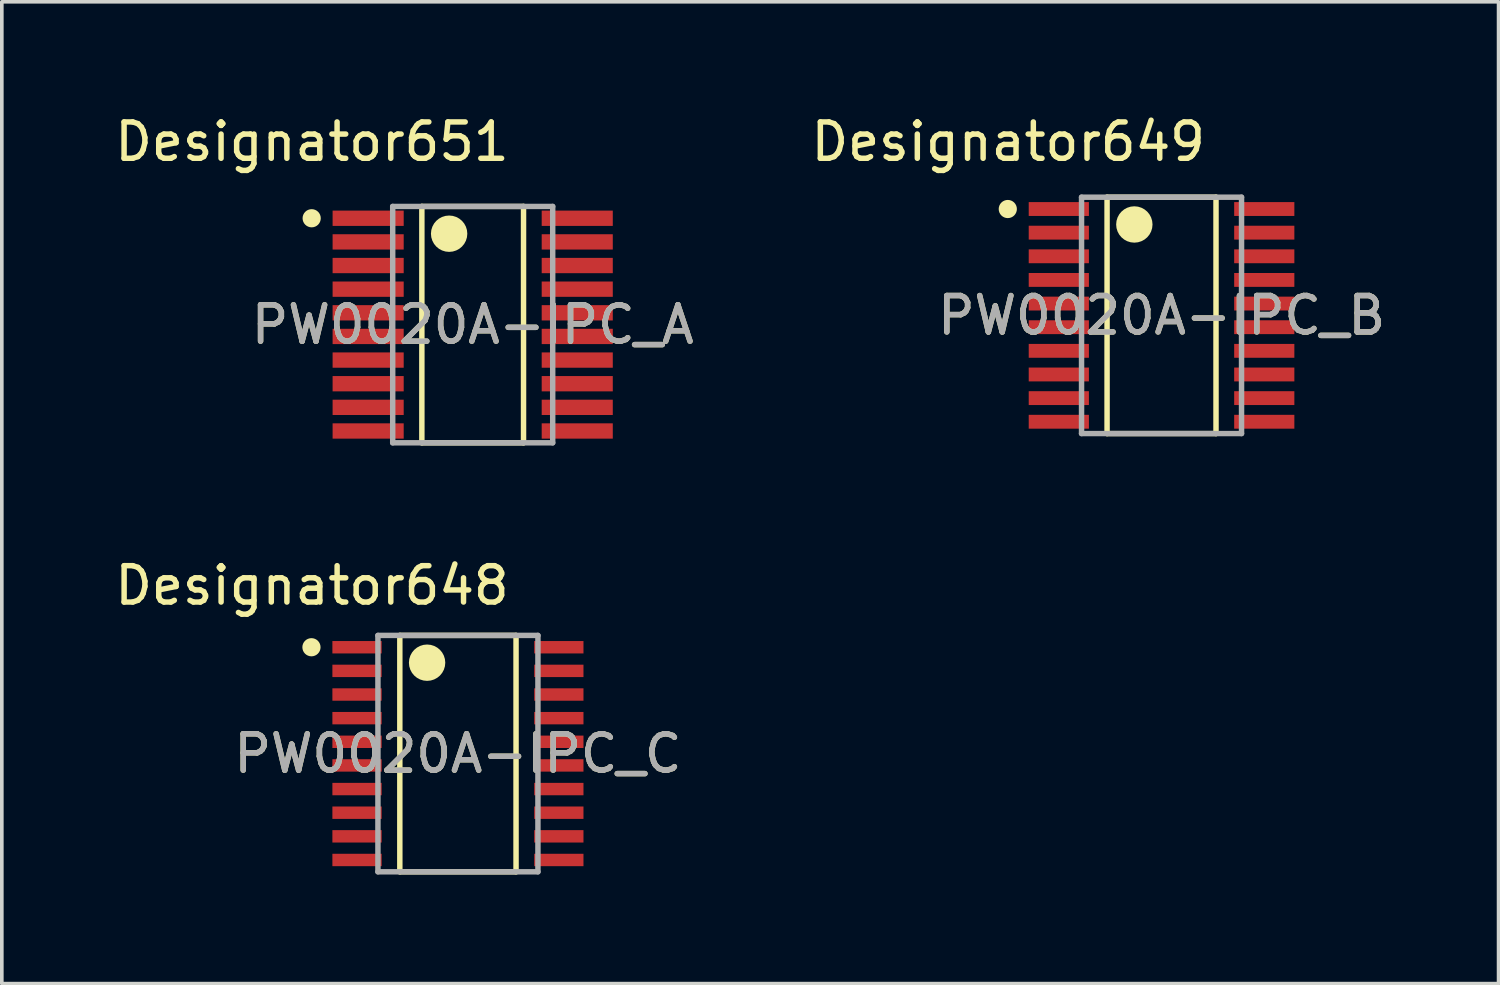
<source format=kicad_pcb>
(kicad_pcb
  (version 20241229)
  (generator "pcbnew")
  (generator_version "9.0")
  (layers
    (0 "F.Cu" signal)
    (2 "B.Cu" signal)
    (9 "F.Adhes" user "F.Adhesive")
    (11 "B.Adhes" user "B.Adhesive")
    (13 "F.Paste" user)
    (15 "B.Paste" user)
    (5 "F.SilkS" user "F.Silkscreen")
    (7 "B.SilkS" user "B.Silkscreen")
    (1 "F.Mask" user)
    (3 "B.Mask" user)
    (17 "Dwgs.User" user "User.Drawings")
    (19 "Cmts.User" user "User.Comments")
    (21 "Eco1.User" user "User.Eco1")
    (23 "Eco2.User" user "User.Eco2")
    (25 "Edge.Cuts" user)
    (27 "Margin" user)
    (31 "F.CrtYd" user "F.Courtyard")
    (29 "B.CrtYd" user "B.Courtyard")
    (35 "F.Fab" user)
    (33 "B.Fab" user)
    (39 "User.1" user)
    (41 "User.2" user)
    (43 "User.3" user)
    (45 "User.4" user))
  (footprint "PW0020A-IPC_A"
    (layer "F.Cu")
    (at 9.949 5.877)
    (property "Reference" "PW0020A-IPC_A" (at 0 0 0) (unlocked yes) (layer "F.SilkS") (effects (font (size 1 1) (thickness 0.15))))
    (attr smd)
    (fp_line (start -1.398 -3.25) (end 1.398 -3.25) (stroke (width 0.15) (type solid)) (layer "F.SilkS"))
    (fp_line (start -1.398 3.25) (end -1.398 -3.25) (stroke (width 0.15) (type solid)) (layer "F.SilkS"))
    (fp_line (start -1.398 3.25) (end 1.398 3.25) (stroke (width 0.15) (type solid)) (layer "F.SilkS"))
    (fp_line (start 1.398 3.25) (end 1.398 -3.25) (stroke (width 0.15) (type solid)) (layer "F.SilkS"))
    (fp_circle (center -4.428 -2.925) (end -4.303 -2.925) (stroke (width 0.25) (type solid)) (fill no) (layer "F.SilkS"))
    (fp_circle (center -0.648 -2.5) (end -0.398 -2.5) (stroke (width 0.5) (type solid)) (fill no) (layer "F.SilkS"))
    (fp_line (start -2.2 -3.25) (end 2.2 -3.25) (stroke (width 0.15) (type solid)) (layer "F.Fab"))
    (fp_line (start -2.2 3.25) (end -2.2 -3.25) (stroke (width 0.15) (type solid)) (layer "F.Fab"))
    (fp_line (start -2.2 3.25) (end 2.2 3.25) (stroke (width 0.15) (type solid)) (layer "F.Fab"))
    (fp_line (start 2.2 3.25) (end 2.2 -3.25) (stroke (width 0.15) (type solid)) (layer "F.Fab"))
    (fp_text user "Designator651" (at -4.42 -5.029 0) (unlocked yes) (layer "F.SilkS") (effects (font (size 1 1) (thickness 0.15))))
    (fp_text user "${REFERENCE}" (at 0 0 0) (unlocked yes) (layer "F.Fab") (effects (font (size 1 1) (thickness 0.15))))
    (pad "1" smd rect (at -2.875 -2.925) (size 1.955 0.421) (layers "F.Cu" "F.Mask" "F.Paste"))
    (pad "2" smd rect (at -2.875 -2.275) (size 1.955 0.421) (layers "F.Cu" "F.Mask" "F.Paste"))
    (pad "3" smd rect (at -2.875 -1.625) (size 1.955 0.421) (layers "F.Cu" "F.Mask" "F.Paste"))
    (pad "4" smd rect (at -2.875 -0.975) (size 1.955 0.421) (layers "F.Cu" "F.Mask" "F.Paste"))
    (pad "5" smd rect (at -2.875 -0.325) (size 1.955 0.421) (layers "F.Cu" "F.Mask" "F.Paste"))
    (pad "6" smd rect (at -2.875 0.325) (size 1.955 0.421) (layers "F.Cu" "F.Mask" "F.Paste"))
    (pad "7" smd rect (at -2.875 0.975) (size 1.955 0.421) (layers "F.Cu" "F.Mask" "F.Paste"))
    (pad "8" smd rect (at -2.875 1.625) (size 1.955 0.421) (layers "F.Cu" "F.Mask" "F.Paste"))
    (pad "9" smd rect (at -2.875 2.275) (size 1.955 0.421) (layers "F.Cu" "F.Mask" "F.Paste"))
    (pad "10" smd rect (at -2.875 2.925) (size 1.955 0.421) (layers "F.Cu" "F.Mask" "F.Paste"))
    (pad "11" smd rect (at 2.875 2.925) (size 1.955 0.421) (layers "F.Cu" "F.Mask" "F.Paste"))
    (pad "12" smd rect (at 2.875 2.275) (size 1.955 0.421) (layers "F.Cu" "F.Mask" "F.Paste"))
    (pad "13" smd rect (at 2.875 1.625) (size 1.955 0.421) (layers "F.Cu" "F.Mask" "F.Paste"))
    (pad "14" smd rect (at 2.875 0.975) (size 1.955 0.421) (layers "F.Cu" "F.Mask" "F.Paste"))
    (pad "15" smd rect (at 2.875 0.325) (size 1.955 0.421) (layers "F.Cu" "F.Mask" "F.Paste"))
    (pad "16" smd rect (at 2.875 -0.325) (size 1.955 0.421) (layers "F.Cu" "F.Mask" "F.Paste"))
    (pad "17" smd rect (at 2.875 -0.975) (size 1.955 0.421) (layers "F.Cu" "F.Mask" "F.Paste"))
    (pad "18" smd rect (at 2.875 -1.625) (size 1.955 0.421) (layers "F.Cu" "F.Mask" "F.Paste"))
    (pad "19" smd rect (at 2.875 -2.275) (size 1.955 0.421) (layers "F.Cu" "F.Mask" "F.Paste"))
    (pad "20" smd rect (at 2.875 -2.925) (size 1.955 0.421) (layers "F.Cu" "F.Mask" "F.Paste")))
  (footprint "PW0020A-IPC_B"
    (layer "F.Cu")
    (at 28.892 5.623)
    (property "Reference" "PW0020A-IPC_B" (at 0 0 0) (unlocked yes) (layer "F.SilkS") (effects (font (size 1 1) (thickness 0.15))))
    (attr smd)
    (fp_line (start -1.498 -3.25) (end 1.498 -3.25) (stroke (width 0.15) (type solid)) (layer "F.SilkS"))
    (fp_line (start -1.498 3.25) (end -1.498 -3.25) (stroke (width 0.15) (type solid)) (layer "F.SilkS"))
    (fp_line (start -1.498 3.25) (end 1.498 3.25) (stroke (width 0.15) (type solid)) (layer "F.SilkS"))
    (fp_line (start 1.498 3.25) (end 1.498 -3.25) (stroke (width 0.15) (type solid)) (layer "F.SilkS"))
    (fp_circle (center -4.228 -2.925) (end -4.103 -2.925) (stroke (width 0.25) (type solid)) (fill no) (layer "F.SilkS"))
    (fp_circle (center -0.748 -2.5) (end -0.498 -2.5) (stroke (width 0.5) (type solid)) (fill no) (layer "F.SilkS"))
    (fp_line (start -2.2 -3.25) (end 2.2 -3.25) (stroke (width 0.15) (type solid)) (layer "F.Fab"))
    (fp_line (start -2.2 3.25) (end -2.2 -3.25) (stroke (width 0.15) (type solid)) (layer "F.Fab"))
    (fp_line (start -2.2 3.25) (end 2.2 3.25) (stroke (width 0.15) (type solid)) (layer "F.Fab"))
    (fp_line (start 2.2 3.25) (end 2.2 -3.25) (stroke (width 0.15) (type solid)) (layer "F.Fab"))
    (fp_text user "Designator649" (at -4.216 -4.775 0) (unlocked yes) (layer "F.SilkS") (effects (font (size 1 1) (thickness 0.15))))
    (fp_text user "${REFERENCE}" (at 0 0 0) (unlocked yes) (layer "F.Fab") (effects (font (size 1 1) (thickness 0.15))))
    (pad "1" smd rect (at -2.825 -2.925) (size 1.655 0.381) (layers "F.Cu" "F.Mask" "F.Paste"))
    (pad "2" smd rect (at -2.825 -2.275) (size 1.655 0.381) (layers "F.Cu" "F.Mask" "F.Paste"))
    (pad "3" smd rect (at -2.825 -1.625) (size 1.655 0.381) (layers "F.Cu" "F.Mask" "F.Paste"))
    (pad "4" smd rect (at -2.825 -0.975) (size 1.655 0.381) (layers "F.Cu" "F.Mask" "F.Paste"))
    (pad "5" smd rect (at -2.825 -0.325) (size 1.655 0.381) (layers "F.Cu" "F.Mask" "F.Paste"))
    (pad "6" smd rect (at -2.825 0.325) (size 1.655 0.381) (layers "F.Cu" "F.Mask" "F.Paste"))
    (pad "7" smd rect (at -2.825 0.975) (size 1.655 0.381) (layers "F.Cu" "F.Mask" "F.Paste"))
    (pad "8" smd rect (at -2.825 1.625) (size 1.655 0.381) (layers "F.Cu" "F.Mask" "F.Paste"))
    (pad "9" smd rect (at -2.825 2.275) (size 1.655 0.381) (layers "F.Cu" "F.Mask" "F.Paste"))
    (pad "10" smd rect (at -2.825 2.925) (size 1.655 0.381) (layers "F.Cu" "F.Mask" "F.Paste"))
    (pad "11" smd rect (at 2.825 2.925) (size 1.655 0.381) (layers "F.Cu" "F.Mask" "F.Paste"))
    (pad "12" smd rect (at 2.825 2.275) (size 1.655 0.381) (layers "F.Cu" "F.Mask" "F.Paste"))
    (pad "13" smd rect (at 2.825 1.625) (size 1.655 0.381) (layers "F.Cu" "F.Mask" "F.Paste"))
    (pad "14" smd rect (at 2.825 0.975) (size 1.655 0.381) (layers "F.Cu" "F.Mask" "F.Paste"))
    (pad "15" smd rect (at 2.825 0.325) (size 1.655 0.381) (layers "F.Cu" "F.Mask" "F.Paste"))
    (pad "16" smd rect (at 2.825 -0.325) (size 1.655 0.381) (layers "F.Cu" "F.Mask" "F.Paste"))
    (pad "17" smd rect (at 2.825 -0.975) (size 1.655 0.381) (layers "F.Cu" "F.Mask" "F.Paste"))
    (pad "18" smd rect (at 2.825 -1.625) (size 1.655 0.381) (layers "F.Cu" "F.Mask" "F.Paste"))
    (pad "19" smd rect (at 2.825 -2.275) (size 1.655 0.381) (layers "F.Cu" "F.Mask" "F.Paste"))
    (pad "20" smd rect (at 2.825 -2.925) (size 1.655 0.381) (layers "F.Cu" "F.Mask" "F.Paste")))
  (footprint "PW0020A-IPC_C"
    (layer "F.Cu")
    (at 9.543 17.674)
    (property "Reference" "PW0020A-IPC_C" (at 0 0 0) (unlocked yes) (layer "F.SilkS") (effects (font (size 1 1) (thickness 0.15))))
    (attr smd)
    (fp_line (start -1.598 -3.25) (end 1.598 -3.25) (stroke (width 0.15) (type solid)) (layer "F.SilkS"))
    (fp_line (start -1.598 3.25) (end -1.598 -3.25) (stroke (width 0.15) (type solid)) (layer "F.SilkS"))
    (fp_line (start -1.598 3.25) (end 1.598 3.25) (stroke (width 0.15) (type solid)) (layer "F.SilkS"))
    (fp_line (start 1.598 3.25) (end 1.598 -3.25) (stroke (width 0.15) (type solid)) (layer "F.SilkS"))
    (fp_circle (center -4.028 -2.925) (end -3.903 -2.925) (stroke (width 0.25) (type solid)) (fill no) (layer "F.SilkS"))
    (fp_circle (center -0.848 -2.5) (end -0.598 -2.5) (stroke (width 0.5) (type solid)) (fill no) (layer "F.SilkS"))
    (fp_line (start -2.2 -3.25) (end 2.2 -3.25) (stroke (width 0.15) (type solid)) (layer "F.Fab"))
    (fp_line (start -2.2 3.25) (end -2.2 -3.25) (stroke (width 0.15) (type solid)) (layer "F.Fab"))
    (fp_line (start -2.2 3.25) (end 2.2 3.25) (stroke (width 0.15) (type solid)) (layer "F.Fab"))
    (fp_line (start 2.2 3.25) (end 2.2 -3.25) (stroke (width 0.15) (type solid)) (layer "F.Fab"))
    (fp_text user "Designator648" (at -4.013 -4.623 0) (unlocked yes) (layer "F.SilkS") (effects (font (size 1 1) (thickness 0.15))))
    (fp_text user "${REFERENCE}" (at 0 0 0) (unlocked yes) (layer "F.Fab") (effects (font (size 1 1) (thickness 0.15))))
    (pad "1" smd rect (at -2.775 -2.925) (size 1.355 0.341) (layers "F.Cu" "F.Mask" "F.Paste"))
    (pad "2" smd rect (at -2.775 -2.275) (size 1.355 0.341) (layers "F.Cu" "F.Mask" "F.Paste"))
    (pad "3" smd rect (at -2.775 -1.625) (size 1.355 0.341) (layers "F.Cu" "F.Mask" "F.Paste"))
    (pad "4" smd rect (at -2.775 -0.975) (size 1.355 0.341) (layers "F.Cu" "F.Mask" "F.Paste"))
    (pad "5" smd rect (at -2.775 -0.325) (size 1.355 0.341) (layers "F.Cu" "F.Mask" "F.Paste"))
    (pad "6" smd rect (at -2.775 0.325) (size 1.355 0.341) (layers "F.Cu" "F.Mask" "F.Paste"))
    (pad "7" smd rect (at -2.775 0.975) (size 1.355 0.341) (layers "F.Cu" "F.Mask" "F.Paste"))
    (pad "8" smd rect (at -2.775 1.625) (size 1.355 0.341) (layers "F.Cu" "F.Mask" "F.Paste"))
    (pad "9" smd rect (at -2.775 2.275) (size 1.355 0.341) (layers "F.Cu" "F.Mask" "F.Paste"))
    (pad "10" smd rect (at -2.775 2.925) (size 1.355 0.341) (layers "F.Cu" "F.Mask" "F.Paste"))
    (pad "11" smd rect (at 2.775 2.925) (size 1.355 0.341) (layers "F.Cu" "F.Mask" "F.Paste"))
    (pad "12" smd rect (at 2.775 2.275) (size 1.355 0.341) (layers "F.Cu" "F.Mask" "F.Paste"))
    (pad "13" smd rect (at 2.775 1.625) (size 1.355 0.341) (layers "F.Cu" "F.Mask" "F.Paste"))
    (pad "14" smd rect (at 2.775 0.975) (size 1.355 0.341) (layers "F.Cu" "F.Mask" "F.Paste"))
    (pad "15" smd rect (at 2.775 0.325) (size 1.355 0.341) (layers "F.Cu" "F.Mask" "F.Paste"))
    (pad "16" smd rect (at 2.775 -0.325) (size 1.355 0.341) (layers "F.Cu" "F.Mask" "F.Paste"))
    (pad "17" smd rect (at 2.775 -0.975) (size 1.355 0.341) (layers "F.Cu" "F.Mask" "F.Paste"))
    (pad "18" smd rect (at 2.775 -1.625) (size 1.355 0.341) (layers "F.Cu" "F.Mask" "F.Paste"))
    (pad "19" smd rect (at 2.775 -2.275) (size 1.355 0.341) (layers "F.Cu" "F.Mask" "F.Paste"))
    (pad "20" smd rect (at 2.775 -2.925) (size 1.355 0.341) (layers "F.Cu" "F.Mask" "F.Paste")))
  (gr_rect
    (start -3 -3)
    (end 38.16 23.999)
    (stroke (width 0.1) (type default))
    (fill no)
    (layer "Edge.Cuts")))
</source>
